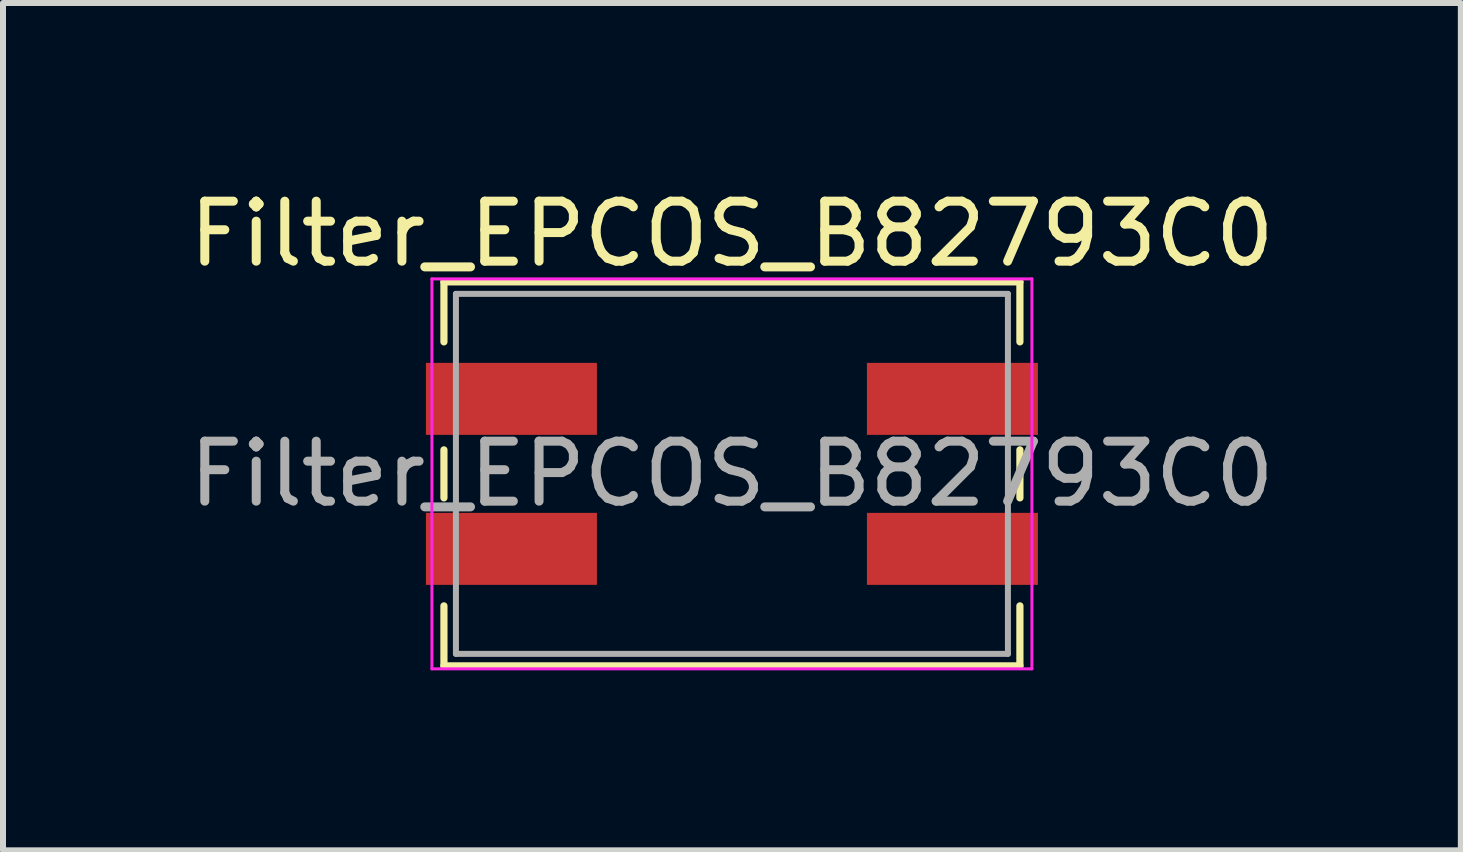
<source format=kicad_pcb>
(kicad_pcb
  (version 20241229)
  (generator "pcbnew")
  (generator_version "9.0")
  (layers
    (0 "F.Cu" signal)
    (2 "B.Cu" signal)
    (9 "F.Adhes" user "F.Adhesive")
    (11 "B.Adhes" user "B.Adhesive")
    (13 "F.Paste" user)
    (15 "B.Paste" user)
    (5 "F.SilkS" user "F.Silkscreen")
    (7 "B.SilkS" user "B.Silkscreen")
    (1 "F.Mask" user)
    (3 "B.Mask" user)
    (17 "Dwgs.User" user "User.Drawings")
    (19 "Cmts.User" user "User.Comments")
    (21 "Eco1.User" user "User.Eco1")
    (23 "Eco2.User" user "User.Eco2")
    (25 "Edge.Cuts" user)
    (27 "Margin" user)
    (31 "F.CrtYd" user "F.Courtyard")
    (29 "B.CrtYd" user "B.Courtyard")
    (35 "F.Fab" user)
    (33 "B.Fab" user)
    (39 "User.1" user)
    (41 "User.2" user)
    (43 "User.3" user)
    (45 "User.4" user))
  (footprint "Filter_EPCOS_B82793C0"
    (layer "F.Cu")
    (at 9.149 4.848)
    (property "Reference" "Filter_EPCOS_B82793C0" (at 0 -4 180) (layer "F.SilkS") (effects (font (size 1 1) (thickness 0.15))))
    (attr smd)
    (fp_line (start -4.8 -3.2) (end -4.8 -2.2) (stroke (width 0.12) (type solid)) (layer "F.SilkS"))
    (fp_line (start -4.8 -0.4) (end -4.8 0.4) (stroke (width 0.12) (type solid)) (layer "F.SilkS"))
    (fp_line (start -4.8 2.2) (end -4.8 3.2) (stroke (width 0.12) (type solid)) (layer "F.SilkS"))
    (fp_line (start -4.8 3.2) (end 4.8 3.2) (stroke (width 0.12) (type solid)) (layer "F.SilkS"))
    (fp_line (start 4.8 -3.2) (end -4.8 -3.2) (stroke (width 0.12) (type solid)) (layer "F.SilkS"))
    (fp_line (start 4.8 -2.2) (end 4.8 -3.2) (stroke (width 0.12) (type solid)) (layer "F.SilkS"))
    (fp_line (start 4.8 -0.4) (end 4.8 0.4) (stroke (width 0.12) (type solid)) (layer "F.SilkS"))
    (fp_line (start 4.8 3.2) (end 4.8 2.2) (stroke (width 0.12) (type solid)) (layer "F.SilkS"))
    (fp_line (start -5 -3.25) (end -5 3.25) (stroke (width 0.05) (type solid)) (layer "F.CrtYd"))
    (fp_line (start -5 -3.25) (end 5 -3.25) (stroke (width 0.05) (type solid)) (layer "F.CrtYd"))
    (fp_line (start 5 3.25) (end -5 3.25) (stroke (width 0.05) (type solid)) (layer "F.CrtYd"))
    (fp_line (start 5 3.25) (end 5 -3.25) (stroke (width 0.05) (type solid)) (layer "F.CrtYd"))
    (fp_line (start -4.6 -3) (end 4.6 -3) (stroke (width 0.1) (type solid)) (layer "F.Fab"))
    (fp_line (start -4.6 3) (end -4.6 -3) (stroke (width 0.1) (type solid)) (layer "F.Fab"))
    (fp_line (start 4.6 -3) (end 4.6 3) (stroke (width 0.1) (type solid)) (layer "F.Fab"))
    (fp_line (start 4.6 3) (end -4.6 3) (stroke (width 0.1) (type solid)) (layer "F.Fab"))
    (fp_text user "${REFERENCE}" (at 0 0 0) (layer "F.Fab") (effects (font (size 1 1) (thickness 0.15))))
    (pad "1" smd rect (at -3.675 -1.25) (size 2.85 1.2) (layers "F.Cu" "F.Mask" "F.Paste"))
    (pad "2" smd rect (at 3.675 -1.25) (size 2.85 1.2) (layers "F.Cu" "F.Mask" "F.Paste"))
    (pad "3" smd rect (at -3.675 1.25) (size 2.85 1.2) (layers "F.Cu" "F.Mask" "F.Paste"))
    (pad "4" smd rect (at 3.675 1.25) (size 2.85 1.2) (layers "F.Cu" "F.Mask" "F.Paste")))
  (gr_rect
    (start -3 -3)
    (end 21.298 11.123)
    (stroke (width 0.1) (type default))
    (fill no)
    (layer "Edge.Cuts")))
</source>
